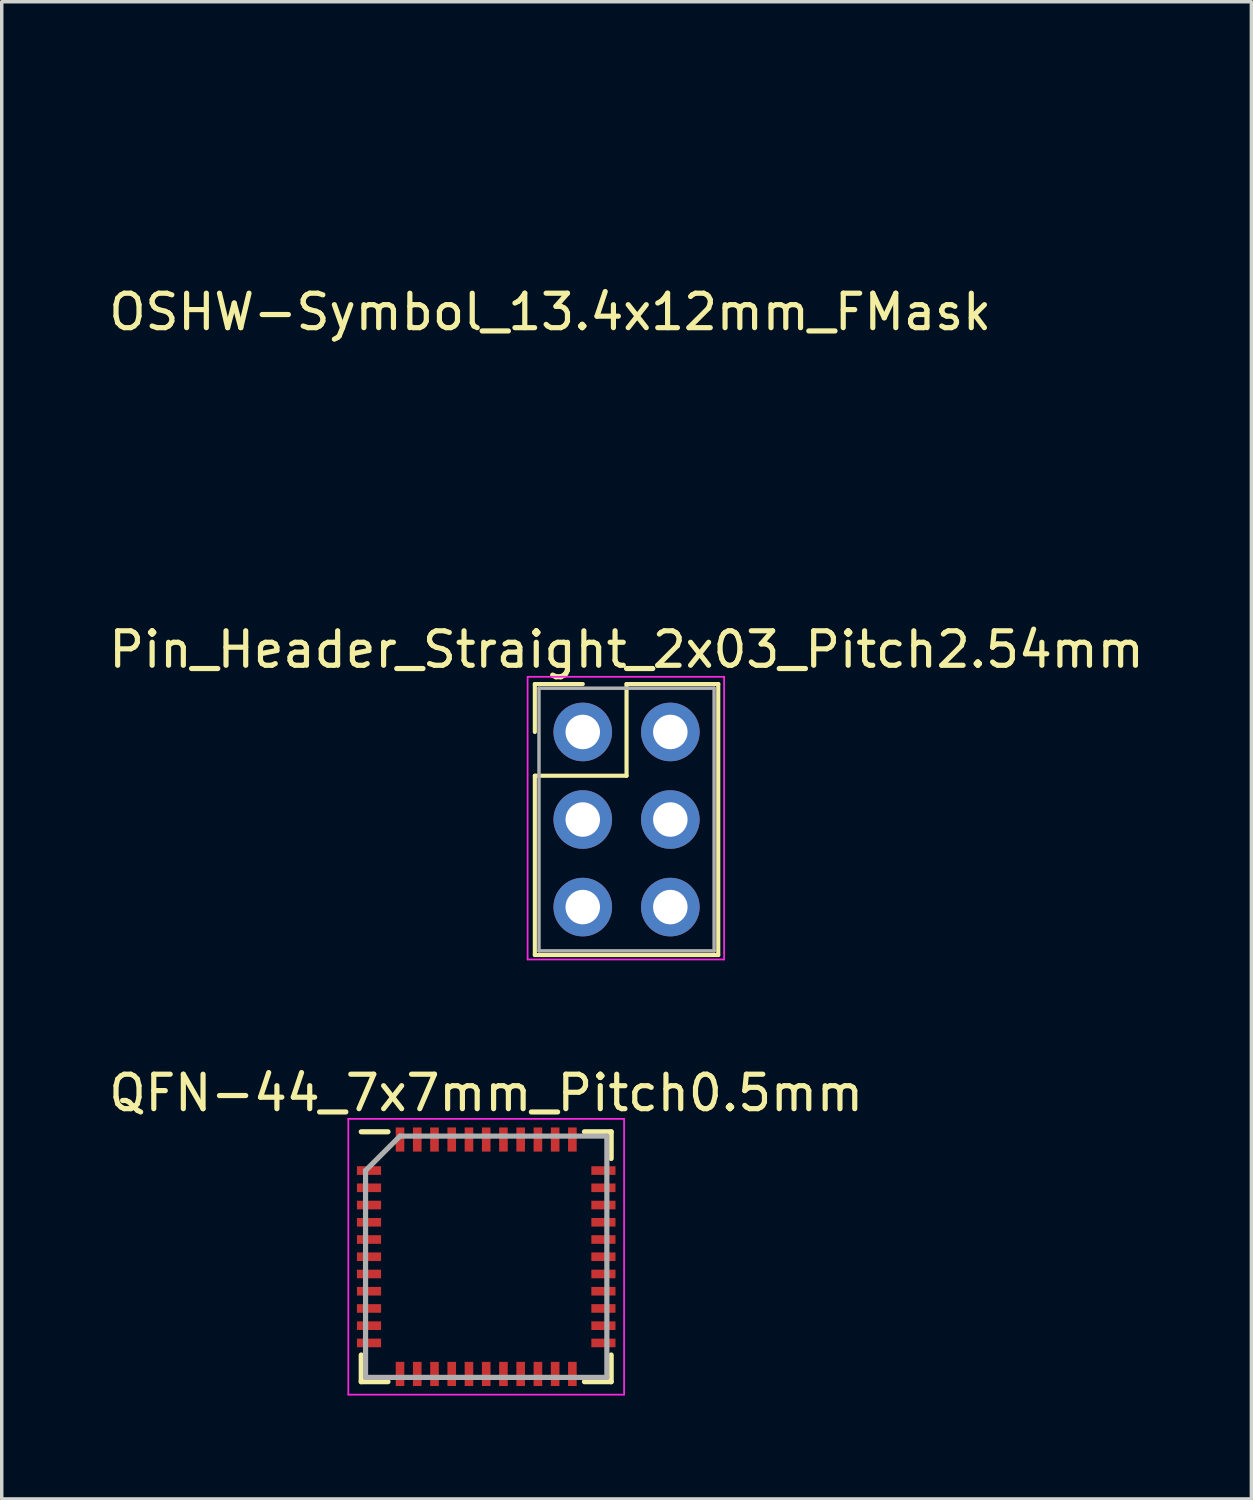
<source format=kicad_pcb>
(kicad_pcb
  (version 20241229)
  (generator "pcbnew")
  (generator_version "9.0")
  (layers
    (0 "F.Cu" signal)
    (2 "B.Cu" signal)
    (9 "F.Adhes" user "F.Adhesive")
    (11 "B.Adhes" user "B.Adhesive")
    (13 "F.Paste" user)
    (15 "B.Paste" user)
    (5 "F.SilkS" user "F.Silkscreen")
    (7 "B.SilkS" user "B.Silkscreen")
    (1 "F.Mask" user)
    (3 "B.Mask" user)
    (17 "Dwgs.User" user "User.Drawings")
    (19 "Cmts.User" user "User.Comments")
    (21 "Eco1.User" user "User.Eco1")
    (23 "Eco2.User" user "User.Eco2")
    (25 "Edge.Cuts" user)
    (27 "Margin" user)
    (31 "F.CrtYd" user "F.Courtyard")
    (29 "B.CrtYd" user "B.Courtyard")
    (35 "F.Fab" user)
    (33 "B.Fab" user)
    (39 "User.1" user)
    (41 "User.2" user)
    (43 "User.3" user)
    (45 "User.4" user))
  (footprint "QFN-44_7x7mm_Pitch0.5mm"
    (layer "F.Cu")
    (at 11.054 33.406)
    (property "Reference" "QFN-44_7x7mm_Pitch0.5mm" (at 0 -4.75 0) (layer "F.SilkS") (effects (font (size 1 1) (thickness 0.15))))
    (attr smd)
    (fp_line (start -3.625 -3.625) (end -2.85 -3.625) (stroke (width 0.15) (type solid)) (layer "F.SilkS"))
    (fp_line (start -3.625 3.625) (end -3.625 2.85) (stroke (width 0.15) (type solid)) (layer "F.SilkS"))
    (fp_line (start -3.625 3.625) (end -2.85 3.625) (stroke (width 0.15) (type solid)) (layer "F.SilkS"))
    (fp_line (start 3.625 -3.625) (end 2.85 -3.625) (stroke (width 0.15) (type solid)) (layer "F.SilkS"))
    (fp_line (start 3.625 -3.625) (end 3.625 -2.85) (stroke (width 0.15) (type solid)) (layer "F.SilkS"))
    (fp_line (start 3.625 3.625) (end 2.85 3.625) (stroke (width 0.15) (type solid)) (layer "F.SilkS"))
    (fp_line (start 3.625 3.625) (end 3.625 2.85) (stroke (width 0.15) (type solid)) (layer "F.SilkS"))
    (fp_line (start -4 -4) (end -4 4) (stroke (width 0.05) (type solid)) (layer "F.CrtYd"))
    (fp_line (start -4 -4) (end 4 -4) (stroke (width 0.05) (type solid)) (layer "F.CrtYd"))
    (fp_line (start -4 4) (end 4 4) (stroke (width 0.05) (type solid)) (layer "F.CrtYd"))
    (fp_line (start 4 -4) (end 4 4) (stroke (width 0.05) (type solid)) (layer "F.CrtYd"))
    (fp_line (start -3.5 -2.5) (end -2.5 -3.5) (stroke (width 0.15) (type solid)) (layer "F.Fab"))
    (fp_line (start -3.5 3.5) (end -3.5 -2.5) (stroke (width 0.15) (type solid)) (layer "F.Fab"))
    (fp_line (start -2.5 -3.5) (end 3.5 -3.5) (stroke (width 0.15) (type solid)) (layer "F.Fab"))
    (fp_line (start 3.5 -3.5) (end 3.5 3.5) (stroke (width 0.15) (type solid)) (layer "F.Fab"))
    (fp_line (start 3.5 3.5) (end -3.5 3.5) (stroke (width 0.15) (type solid)) (layer "F.Fab"))
    (pad "1" smd rect (at -3.4 -2.5) (size 0.7 0.25) (layers "F.Cu" "F.Mask" "F.Paste"))
    (pad "2" smd rect (at -3.4 -2) (size 0.7 0.25) (layers "F.Cu" "F.Mask" "F.Paste"))
    (pad "3" smd rect (at -3.4 -1.5) (size 0.7 0.25) (layers "F.Cu" "F.Mask" "F.Paste"))
    (pad "4" smd rect (at -3.4 -1) (size 0.7 0.25) (layers "F.Cu" "F.Mask" "F.Paste"))
    (pad "5" smd rect (at -3.4 -0.5) (size 0.7 0.25) (layers "F.Cu" "F.Mask" "F.Paste"))
    (pad "6" smd rect (at -3.4 0) (size 0.7 0.25) (layers "F.Cu" "F.Mask" "F.Paste"))
    (pad "7" smd rect (at -3.4 0.5) (size 0.7 0.25) (layers "F.Cu" "F.Mask" "F.Paste"))
    (pad "8" smd rect (at -3.4 1) (size 0.7 0.25) (layers "F.Cu" "F.Mask" "F.Paste"))
    (pad "9" smd rect (at -3.4 1.5) (size 0.7 0.25) (layers "F.Cu" "F.Mask" "F.Paste"))
    (pad "10" smd rect (at -3.4 2) (size 0.7 0.25) (layers "F.Cu" "F.Mask" "F.Paste"))
    (pad "11" smd rect (at -3.4 2.5) (size 0.7 0.25) (layers "F.Cu" "F.Mask" "F.Paste"))
    (pad "12" smd rect (at -2.5 3.4 90) (size 0.7 0.25) (layers "F.Cu" "F.Mask" "F.Paste"))
    (pad "13" smd rect (at -2 3.4 90) (size 0.7 0.25) (layers "F.Cu" "F.Mask" "F.Paste"))
    (pad "14" smd rect (at -1.5 3.4 90) (size 0.7 0.25) (layers "F.Cu" "F.Mask" "F.Paste"))
    (pad "15" smd rect (at -1 3.4 90) (size 0.7 0.25) (layers "F.Cu" "F.Mask" "F.Paste"))
    (pad "16" smd rect (at -0.5 3.4 90) (size 0.7 0.25) (layers "F.Cu" "F.Mask" "F.Paste"))
    (pad "17" smd rect (at 0 3.4 90) (size 0.7 0.25) (layers "F.Cu" "F.Mask" "F.Paste"))
    (pad "18" smd rect (at 0.5 3.4 90) (size 0.7 0.25) (layers "F.Cu" "F.Mask" "F.Paste"))
    (pad "19" smd rect (at 1 3.4 90) (size 0.7 0.25) (layers "F.Cu" "F.Mask" "F.Paste"))
    (pad "20" smd rect (at 1.5 3.4 90) (size 0.7 0.25) (layers "F.Cu" "F.Mask" "F.Paste"))
    (pad "21" smd rect (at 2 3.4 90) (size 0.7 0.25) (layers "F.Cu" "F.Mask" "F.Paste"))
    (pad "22" smd rect (at 2.5 3.4 90) (size 0.7 0.25) (layers "F.Cu" "F.Mask" "F.Paste"))
    (pad "23" smd rect (at 3.4 2.5) (size 0.7 0.25) (layers "F.Cu" "F.Mask" "F.Paste"))
    (pad "24" smd rect (at 3.4 2) (size 0.7 0.25) (layers "F.Cu" "F.Mask" "F.Paste"))
    (pad "25" smd rect (at 3.4 1.5) (size 0.7 0.25) (layers "F.Cu" "F.Mask" "F.Paste"))
    (pad "26" smd rect (at 3.4 1) (size 0.7 0.25) (layers "F.Cu" "F.Mask" "F.Paste"))
    (pad "27" smd rect (at 3.4 0.5) (size 0.7 0.25) (layers "F.Cu" "F.Mask" "F.Paste"))
    (pad "28" smd rect (at 3.4 0) (size 0.7 0.25) (layers "F.Cu" "F.Mask" "F.Paste"))
    (pad "29" smd rect (at 3.4 -0.5) (size 0.7 0.25) (layers "F.Cu" "F.Mask" "F.Paste"))
    (pad "30" smd rect (at 3.4 -1) (size 0.7 0.25) (layers "F.Cu" "F.Mask" "F.Paste"))
    (pad "31" smd rect (at 3.4 -1.5) (size 0.7 0.25) (layers "F.Cu" "F.Mask" "F.Paste"))
    (pad "32" smd rect (at 3.4 -2) (size 0.7 0.25) (layers "F.Cu" "F.Mask" "F.Paste"))
    (pad "33" smd rect (at 3.4 -2.5) (size 0.7 0.25) (layers "F.Cu" "F.Mask" "F.Paste"))
    (pad "34" smd rect (at 2.5 -3.4 90) (size 0.7 0.25) (layers "F.Cu" "F.Mask" "F.Paste"))
    (pad "35" smd rect (at 2 -3.4 90) (size 0.7 0.25) (layers "F.Cu" "F.Mask" "F.Paste"))
    (pad "36" smd rect (at 1.5 -3.4 90) (size 0.7 0.25) (layers "F.Cu" "F.Mask" "F.Paste"))
    (pad "37" smd rect (at 1 -3.4 90) (size 0.7 0.25) (layers "F.Cu" "F.Mask" "F.Paste"))
    (pad "38" smd rect (at 0.5 -3.4 90) (size 0.7 0.25) (layers "F.Cu" "F.Mask" "F.Paste"))
    (pad "39" smd rect (at 0 -3.4 90) (size 0.7 0.25) (layers "F.Cu" "F.Mask" "F.Paste"))
    (pad "40" smd rect (at -0.5 -3.4 90) (size 0.7 0.25) (layers "F.Cu" "F.Mask" "F.Paste"))
    (pad "41" smd rect (at -1 -3.4 90) (size 0.7 0.25) (layers "F.Cu" "F.Mask" "F.Paste"))
    (pad "42" smd rect (at -1.5 -3.4 90) (size 0.7 0.25) (layers "F.Cu" "F.Mask" "F.Paste"))
    (pad "43" smd rect (at -2 -3.4 90) (size 0.7 0.25) (layers "F.Cu" "F.Mask" "F.Paste"))
    (pad "44" smd rect (at -2.5 -3.4 90) (size 0.7 0.25) (layers "F.Cu" "F.Mask" "F.Paste")))
  (footprint "OSHW-Symbol_13.4x12mm_FMask"
    (layer "F.Cu")
    (at 12.911 6)
    (property "Reference" "OSHW-Symbol_13.4x12mm_FMask" (at 0 0 0) (layer "F.SilkS") (effects (font (size 1 1) (thickness 0.15))))
    (attr exclude_from_pos_files exclude_from_bom)
    (fp_poly (pts (xy 1.12 -5.099) (xy 1.289 -4.204) (xy 1.912 -3.947) (xy 2.535 -3.69) (xy 3.282 -4.198) (xy 3.492 -4.34) (xy 3.681 -4.466) (xy 3.841 -4.571) (xy 3.964 -4.65) (xy 4.04 -4.696) (xy 4.06 -4.706) (xy 4.098 -4.681) (xy 4.177 -4.61) (xy 4.29 -4.503) (xy 4.428 -4.368) (xy 4.581 -4.216) (xy 4.741 -4.055) (xy 4.898 -3.893) (xy 5.045 -3.741) (xy 5.171 -3.607) (xy 5.268 -3.5) (xy 5.327 -3.429) (xy 5.341 -3.406) (xy 5.321 -3.362) (xy 5.264 -3.267) (xy 5.176 -3.128) (xy 5.063 -2.957) (xy 4.932 -2.762) (xy 4.856 -2.651) (xy 4.717 -2.447) (xy 4.594 -2.264) (xy 4.492 -2.109) (xy 4.418 -1.993) (xy 4.376 -1.924) (xy 4.37 -1.909) (xy 4.384 -1.868) (xy 4.422 -1.772) (xy 4.479 -1.634) (xy 4.548 -1.469) (xy 4.624 -1.289) (xy 4.701 -1.108) (xy 4.774 -0.94) (xy 4.836 -0.798) (xy 4.882 -0.696) (xy 4.906 -0.648) (xy 4.907 -0.646) (xy 4.945 -0.637) (xy 5.046 -0.616) (xy 5.2 -0.586) (xy 5.395 -0.548) (xy 5.622 -0.505) (xy 5.755 -0.481) (xy 5.998 -0.434) (xy 6.217 -0.39) (xy 6.402 -0.351) (xy 6.541 -0.319) (xy 6.623 -0.296) (xy 6.639 -0.289) (xy 6.656 -0.24) (xy 6.669 -0.129) (xy 6.679 0.03) (xy 6.686 0.226) (xy 6.689 0.444) (xy 6.69 0.672) (xy 6.687 0.897) (xy 6.682 1.106) (xy 6.673 1.286) (xy 6.662 1.424) (xy 6.647 1.507) (xy 6.638 1.525) (xy 6.586 1.546) (xy 6.474 1.575) (xy 6.318 1.61) (xy 6.133 1.648) (xy 6.069 1.66) (xy 5.757 1.717) (xy 5.511 1.763) (xy 5.322 1.799) (xy 5.183 1.829) (xy 5.084 1.852) (xy 5.018 1.872) (xy 4.978 1.89) (xy 4.953 1.907) (xy 4.95 1.911) (xy 4.916 1.967) (xy 4.865 2.077) (xy 4.801 2.226) (xy 4.729 2.401) (xy 4.655 2.59) (xy 4.584 2.778) (xy 4.521 2.953) (xy 4.471 3.1) (xy 4.439 3.207) (xy 4.431 3.259) (xy 4.432 3.261) (xy 4.46 3.304) (xy 4.524 3.399) (xy 4.616 3.535) (xy 4.732 3.704) (xy 4.862 3.894) (xy 4.899 3.949) (xy 5.032 4.145) (xy 5.149 4.324) (xy 5.243 4.475) (xy 5.309 4.589) (xy 5.34 4.655) (xy 5.341 4.663) (xy 5.316 4.706) (xy 5.244 4.79) (xy 5.136 4.907) (xy 5.001 5.047) (xy 4.848 5.202) (xy 4.685 5.363) (xy 4.524 5.519) (xy 4.371 5.664) (xy 4.238 5.786) (xy 4.132 5.878) (xy 4.064 5.931) (xy 4.045 5.939) (xy 4 5.919) (xy 3.91 5.865) (xy 3.788 5.786) (xy 3.695 5.722) (xy 3.525 5.605) (xy 3.324 5.467) (xy 3.122 5.33) (xy 3.013 5.257) (xy 2.646 5.008) (xy 2.338 5.175) (xy 2.197 5.248) (xy 2.078 5.305) (xy 1.997 5.337) (xy 1.977 5.341) (xy 1.952 5.308) (xy 1.903 5.214) (xy 1.834 5.068) (xy 1.748 4.879) (xy 1.649 4.655) (xy 1.54 4.405) (xy 1.426 4.137) (xy 1.309 3.861) (xy 1.194 3.585) (xy 1.084 3.317) (xy 0.982 3.067) (xy 0.893 2.842) (xy 0.82 2.652) (xy 0.767 2.506) (xy 0.737 2.411) (xy 0.732 2.379) (xy 0.77 2.338) (xy 0.854 2.27) (xy 0.966 2.191) (xy 0.976 2.185) (xy 1.266 1.953) (xy 1.5 1.682) (xy 1.675 1.382) (xy 1.79 1.06) (xy 1.844 0.725) (xy 1.833 0.386) (xy 1.755 0.052) (xy 1.61 -0.269) (xy 1.567 -0.34) (xy 1.344 -0.623) (xy 1.08 -0.851) (xy 0.786 -1.021) (xy 0.469 -1.134) (xy 0.139 -1.187) (xy -0.195 -1.179) (xy -0.523 -1.11) (xy -0.838 -0.978) (xy -1.129 -0.781) (xy -1.219 -0.701) (xy -1.448 -0.452) (xy -1.615 -0.189) (xy -1.73 0.105) (xy -1.794 0.397) (xy -1.809 0.725) (xy -1.757 1.055) (xy -1.641 1.375) (xy -1.468 1.674) (xy -1.243 1.942) (xy -0.971 2.166) (xy -0.935 2.19) (xy -0.822 2.268) (xy -0.736 2.335) (xy -0.694 2.378) (xy -0.694 2.379) (xy -0.703 2.425) (xy -0.738 2.531) (xy -0.795 2.686) (xy -0.872 2.884) (xy -0.964 3.114) (xy -1.067 3.368) (xy -1.179 3.638) (xy -1.295 3.915) (xy -1.411 4.19) (xy -1.525 4.455) (xy -1.632 4.701) (xy -1.729 4.919) (xy -1.812 5.1) (xy -1.877 5.237) (xy -1.921 5.32) (xy -1.939 5.341) (xy -1.994 5.325) (xy -2.096 5.279) (xy -2.228 5.213) (xy -2.3 5.175) (xy -2.609 5.008) (xy -2.976 5.257) (xy -3.163 5.384) (xy -3.369 5.524) (xy -3.561 5.656) (xy -3.657 5.722) (xy -3.793 5.813) (xy -3.907 5.885) (xy -3.986 5.929) (xy -4.012 5.938) (xy -4.049 5.913) (xy -4.132 5.843) (xy -4.252 5.735) (xy -4.401 5.597) (xy -4.572 5.435) (xy -4.68 5.331) (xy -4.868 5.146) (xy -5.031 4.98) (xy -5.162 4.841) (xy -5.254 4.736) (xy -5.301 4.671) (xy -5.305 4.658) (xy -5.284 4.608) (xy -5.227 4.508) (xy -5.139 4.366) (xy -5.028 4.194) (xy -4.899 4.002) (xy -4.862 3.949) (xy -4.728 3.754) (xy -4.608 3.578) (xy -4.509 3.432) (xy -4.437 3.325) (xy -4.398 3.267) (xy -4.394 3.261) (xy -4.4 3.215) (xy -4.429 3.113) (xy -4.478 2.97) (xy -4.54 2.798) (xy -4.61 2.61) (xy -4.684 2.421) (xy -4.756 2.243) (xy -4.821 2.091) (xy -4.874 1.976) (xy -4.91 1.914) (xy -4.913 1.911) (xy -4.935 1.893) (xy -4.972 1.875) (xy -5.032 1.856) (xy -5.124 1.833) (xy -5.255 1.805) (xy -5.434 1.77) (xy -5.668 1.726) (xy -5.967 1.671) (xy -6.031 1.66) (xy -6.223 1.623) (xy -6.39 1.586) (xy -6.517 1.554) (xy -6.591 1.53) (xy -6.601 1.525) (xy -6.617 1.475) (xy -6.63 1.364) (xy -6.641 1.204) (xy -6.648 1.008) (xy -6.652 0.79) (xy -6.653 0.562) (xy -6.65 0.337) (xy -6.645 0.128) (xy -6.637 -0.052) (xy -6.625 -0.189) (xy -6.611 -0.272) (xy -6.602 -0.289) (xy -6.553 -0.306) (xy -6.442 -0.334) (xy -6.279 -0.37) (xy -6.076 -0.412) (xy -5.844 -0.457) (xy -5.718 -0.481) (xy -5.478 -0.526) (xy -5.264 -0.566) (xy -5.086 -0.601) (xy -4.955 -0.627) (xy -4.882 -0.642) (xy -4.87 -0.646) (xy -4.85 -0.685) (xy -4.806 -0.78) (xy -4.746 -0.917) (xy -4.675 -1.082) (xy -4.598 -1.262) (xy -4.522 -1.443) (xy -4.451 -1.611) (xy -4.392 -1.755) (xy -4.351 -1.858) (xy -4.333 -1.909) (xy -4.333 -1.911) (xy -4.353 -1.951) (xy -4.41 -2.043) (xy -4.498 -2.178) (xy -4.611 -2.347) (xy -4.742 -2.541) (xy -4.819 -2.652) (xy -4.958 -2.856) (xy -5.081 -3.041) (xy -5.183 -3.198) (xy -5.258 -3.317) (xy -5.298 -3.39) (xy -5.304 -3.406) (xy -5.279 -3.444) (xy -5.209 -3.525) (xy -5.103 -3.64) (xy -4.971 -3.779) (xy -4.821 -3.935) (xy -4.662 -4.097) (xy -4.503 -4.257) (xy -4.353 -4.405) (xy -4.221 -4.533) (xy -4.115 -4.632) (xy -4.046 -4.692) (xy -4.022 -4.706) (xy -3.984 -4.686) (xy -3.894 -4.63) (xy -3.759 -4.542) (xy -3.589 -4.43) (xy -3.393 -4.298) (xy -3.245 -4.198) (xy -2.498 -3.69) (xy -1.874 -3.947) (xy -1.251 -4.204) (xy -0.914 -5.995) (xy 0.951 -5.995) (xy 1.12 -5.099)) (stroke (width 0.01) (type solid)) (fill yes) (layer "F.Mask")))
  (footprint "Pin_Header_Straight_2x03_Pitch2.54mm"
    (layer "F.Cu")
    (at 13.855 18.183)
    (property "Reference" "Pin_Header_Straight_2x03_Pitch2.54mm" (at 1.27 -2.39 0) (layer "F.SilkS") (effects (font (size 1 1) (thickness 0.15))))
    (attr through_hole)
    (fp_line (start -1.39 -1.39) (end 0 -1.39) (stroke (width 0.12) (type solid)) (layer "F.SilkS"))
    (fp_line (start -1.39 0) (end -1.39 -1.39) (stroke (width 0.12) (type solid)) (layer "F.SilkS"))
    (fp_line (start -1.39 1.27) (end -1.39 6.47) (stroke (width 0.12) (type solid)) (layer "F.SilkS"))
    (fp_line (start -1.39 6.47) (end 3.93 6.47) (stroke (width 0.12) (type solid)) (layer "F.SilkS"))
    (fp_line (start 1.27 -1.39) (end 1.27 1.27) (stroke (width 0.12) (type solid)) (layer "F.SilkS"))
    (fp_line (start 1.27 1.27) (end -1.39 1.27) (stroke (width 0.12) (type solid)) (layer "F.SilkS"))
    (fp_line (start 3.93 -1.39) (end 1.27 -1.39) (stroke (width 0.12) (type solid)) (layer "F.SilkS"))
    (fp_line (start 3.93 6.47) (end 3.93 -1.39) (stroke (width 0.12) (type solid)) (layer "F.SilkS"))
    (fp_line (start -1.6 -1.6) (end -1.6 6.6) (stroke (width 0.05) (type solid)) (layer "F.CrtYd"))
    (fp_line (start -1.6 6.6) (end 4.1 6.6) (stroke (width 0.05) (type solid)) (layer "F.CrtYd"))
    (fp_line (start 4.1 -1.6) (end -1.6 -1.6) (stroke (width 0.05) (type solid)) (layer "F.CrtYd"))
    (fp_line (start 4.1 6.6) (end 4.1 -1.6) (stroke (width 0.05) (type solid)) (layer "F.CrtYd"))
    (fp_line (start -1.27 -1.27) (end -1.27 6.35) (stroke (width 0.1) (type solid)) (layer "F.Fab"))
    (fp_line (start -1.27 6.35) (end 3.81 6.35) (stroke (width 0.1) (type solid)) (layer "F.Fab"))
    (fp_line (start 3.81 -1.27) (end -1.27 -1.27) (stroke (width 0.1) (type solid)) (layer "F.Fab"))
    (fp_line (start 3.81 6.35) (end 3.81 -1.27) (stroke (width 0.1) (type solid)) (layer "F.Fab"))
    (pad "1" thru_hole circle (at 0 0) (size 1.7 1.7) (drill 1) (layers "*.Cu" "*.Mask"))
    (pad "2" thru_hole oval (at 2.54 0) (size 1.7 1.7) (drill 1) (layers "*.Cu" "*.Mask"))
    (pad "3" thru_hole oval (at 0 2.54) (size 1.7 1.7) (drill 1) (layers "*.Cu" "*.Mask"))
    (pad "4" thru_hole oval (at 2.54 2.54) (size 1.7 1.7) (drill 1) (layers "*.Cu" "*.Mask"))
    (pad "5" thru_hole oval (at 0 5.08) (size 1.7 1.7) (drill 1) (layers "*.Cu" "*.Mask"))
    (pad "6" thru_hole oval (at 2.54 5.08) (size 1.7 1.7) (drill 1) (layers "*.Cu" "*.Mask")))
  (gr_rect
    (start -3 -3)
    (end 33.25 40.431)
    (stroke (width 0.1) (type default))
    (fill no)
    (layer "Edge.Cuts")))
</source>
